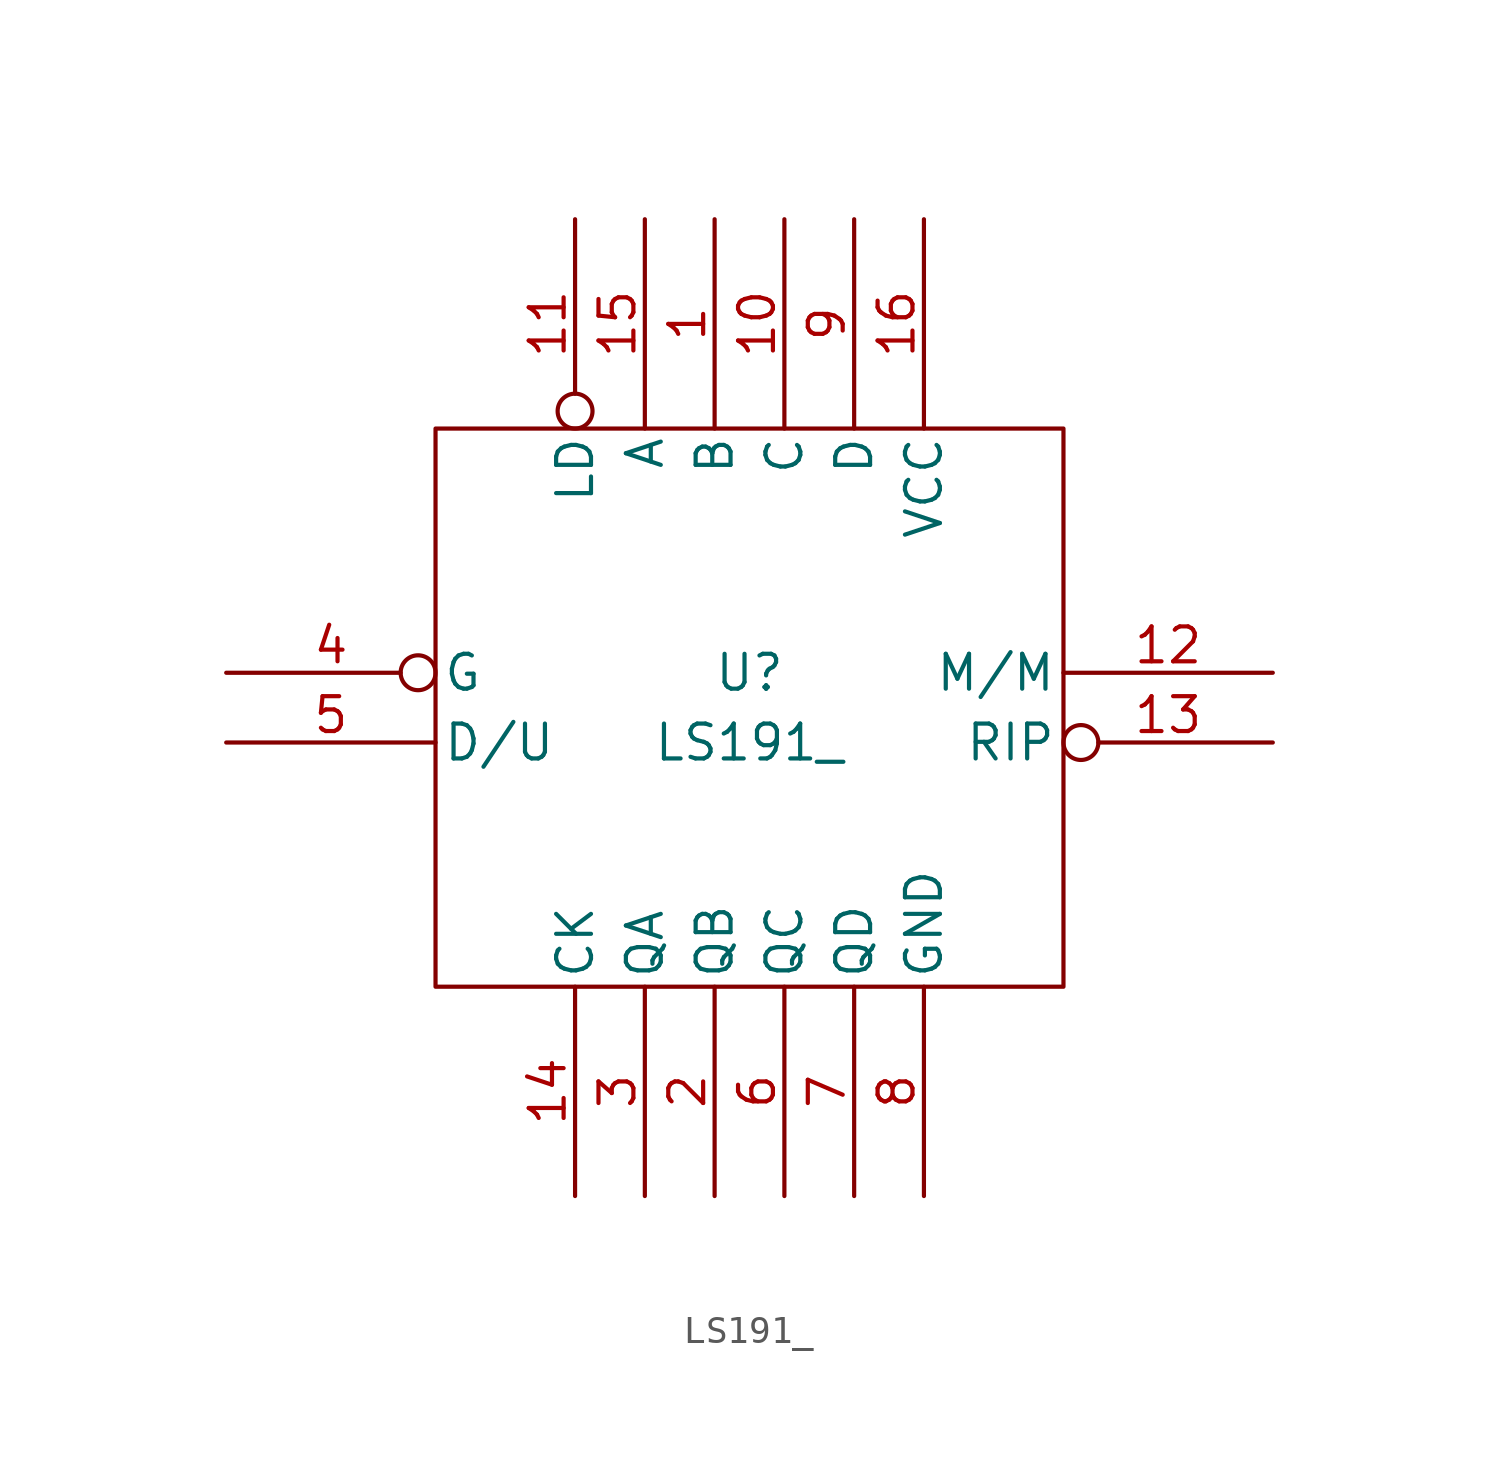
<source format=kicad_sym>
(kicad_symbol_lib
  (version 20211014)
  (generator kicad_symbol_editor)
  (symbol "LS191_"
    (pin_names
      (offset 0.254))
    (property "Reference" "U"
      (at 0 1.27 0)
      (effects (font (size 1.27 1.27))))
    (property "Value" "LS191_"
      (at 0 -1.27 0)
      (effects (font (size 1.27 1.27))))
    (symbol "LS191__0_0"
      (pin power_in line (at 6.35 17.78 270) (length 7.62) (name "VCC" (effects (font (size 1.27 1.27)))) (number "16" (effects (font (size 1.27 1.27)))))
      (pin power_in line (at 6.35 -17.78 90) (length 7.62) (name "GND" (effects (font (size 1.27 1.27)))) (number "8" (effects (font (size 1.27 1.27))))))
    (symbol "LS191__0_1"
      (rectangle (start -11.43 10.16) (end 11.43 -10.16) (stroke (width 0) (type default) (color 0 0 0 0)) (fill (type none))))
    (symbol "LS191__1_1"
      (pin input line (at -1.27 17.78 270) (length 7.62) (name "B" (effects (font (size 1.27 1.27)))) (number "1" (effects (font (size 1.27 1.27)))))
      (pin input line (at 1.27 17.78 270) (length 7.62) (name "C" (effects (font (size 1.27 1.27)))) (number "10" (effects (font (size 1.27 1.27)))))
      (pin input inverted (at -6.35 17.78 270) (length 7.62) (name "LD" (effects (font (size 1.27 1.27)))) (number "11" (effects (font (size 1.27 1.27)))))
      (pin output line (at 19.05 1.27 180) (length 7.62) (name "M/M" (effects (font (size 1.27 1.27)))) (number "12" (effects (font (size 1.27 1.27)))))
      (pin output inverted (at 19.05 -1.27 180) (length 7.62) (name "RIP" (effects (font (size 1.27 1.27)))) (number "13" (effects (font (size 1.27 1.27)))))
      (pin input line (at -6.35 -17.78 90) (length 7.62) (name "CK" (effects (font (size 1.27 1.27)))) (number "14" (effects (font (size 1.27 1.27)))))
      (pin input line (at -3.81 17.78 270) (length 7.62) (name "A" (effects (font (size 1.27 1.27)))) (number "15" (effects (font (size 1.27 1.27)))))
      (pin output line (at -1.27 -17.78 90) (length 7.62) (name "QB" (effects (font (size 1.27 1.27)))) (number "2" (effects (font (size 1.27 1.27)))))
      (pin output line (at -3.81 -17.78 90) (length 7.62) (name "QA" (effects (font (size 1.27 1.27)))) (number "3" (effects (font (size 1.27 1.27)))))
      (pin input inverted (at -19.05 1.27 0) (length 7.62) (name "G" (effects (font (size 1.27 1.27)))) (number "4" (effects (font (size 1.27 1.27)))))
      (pin input line (at -19.05 -1.27 0) (length 7.62) (name "D/U" (effects (font (size 1.27 1.27)))) (number "5" (effects (font (size 1.27 1.27)))))
      (pin output line (at 1.27 -17.78 90) (length 7.62) (name "QC" (effects (font (size 1.27 1.27)))) (number "6" (effects (font (size 1.27 1.27)))))
      (pin output line (at 3.81 -17.78 90) (length 7.62) (name "QD" (effects (font (size 1.27 1.27)))) (number "7" (effects (font (size 1.27 1.27)))))
      (pin input line (at 3.81 17.78 270) (length 7.62) (name "D" (effects (font (size 1.27 1.27)))) (number "9" (effects (font (size 1.27 1.27))))))))
</source>
